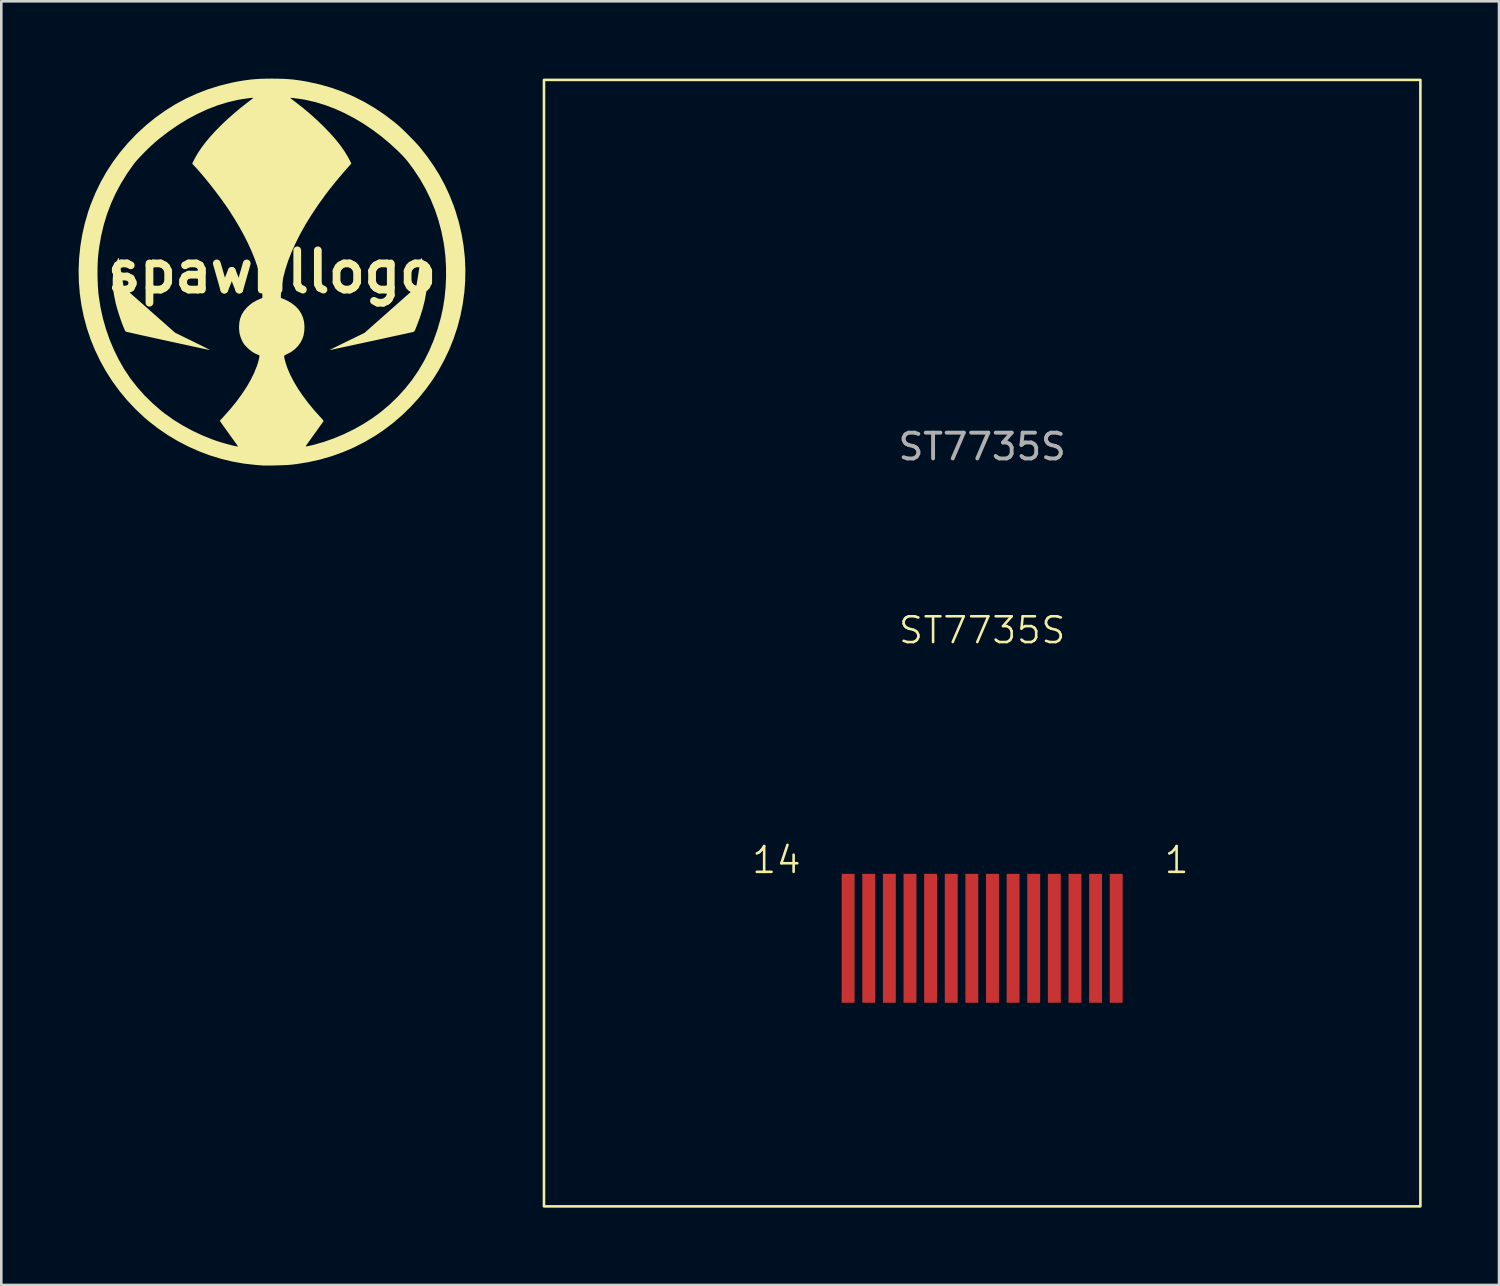
<source format=kicad_pcb>
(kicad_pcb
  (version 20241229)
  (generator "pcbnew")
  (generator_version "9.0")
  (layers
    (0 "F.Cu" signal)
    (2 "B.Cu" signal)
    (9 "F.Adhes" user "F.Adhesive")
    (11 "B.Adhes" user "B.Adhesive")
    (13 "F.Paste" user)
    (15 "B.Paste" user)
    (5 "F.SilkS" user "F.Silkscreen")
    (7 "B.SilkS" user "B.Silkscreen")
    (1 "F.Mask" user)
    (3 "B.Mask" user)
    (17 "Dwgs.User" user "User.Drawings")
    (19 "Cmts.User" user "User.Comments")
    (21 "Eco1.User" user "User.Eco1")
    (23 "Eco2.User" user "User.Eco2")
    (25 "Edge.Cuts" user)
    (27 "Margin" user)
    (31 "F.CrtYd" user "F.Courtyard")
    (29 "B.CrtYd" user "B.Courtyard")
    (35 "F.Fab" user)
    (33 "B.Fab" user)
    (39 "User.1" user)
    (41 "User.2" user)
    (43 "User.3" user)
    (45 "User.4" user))
  (footprint "ST7735S"
    (layer "F.Cu")
    (at 35.053 21.9)
    (property "Reference" "ST7735S" (at 0 -0.5 0) (unlocked yes) (layer "F.SilkS") (effects (font (size 1 1) (thickness 0.1))))
    (attr smd)
    (fp_rect (start -17 -21.85) (end 17 21.85) (stroke (width 0.1) (type default)) (fill no) (layer "F.SilkS"))
    (fp_text user "14" (at -9 9 0) (unlocked yes) (layer "F.SilkS") (effects (font (size 1 1) (thickness 0.1)) (justify left bottom)))
    (fp_text user "1" (at 7 9 0) (unlocked yes) (layer "F.SilkS") (effects (font (size 1 1) (thickness 0.1)) (justify left bottom)))
    (fp_text user "${REFERENCE}" (at 0 -7.62 0) (unlocked yes) (layer "F.Fab") (effects (font (size 1 1) (thickness 0.15))))
    (pad "1" smd rect (at 5.199 11.45 180) (size 0.5 5) (layers "F.Cu" "F.Mask" "F.Paste"))
    (pad "2" smd rect (at 4.399 11.45 180) (size 0.5 5) (layers "F.Cu" "F.Mask" "F.Paste"))
    (pad "3" smd rect (at 3.599 11.45 180) (size 0.5 5) (layers "F.Cu" "F.Mask" "F.Paste"))
    (pad "4" smd rect (at 2.799 11.45 180) (size 0.5 5) (layers "F.Cu" "F.Mask" "F.Paste"))
    (pad "5" smd rect (at 1.999 11.45 180) (size 0.5 5) (layers "F.Cu" "F.Mask" "F.Paste"))
    (pad "6" smd rect (at 1.199 11.45 180) (size 0.5 5) (layers "F.Cu" "F.Mask" "F.Paste"))
    (pad "7" smd rect (at 0.399 11.45 180) (size 0.5 5) (layers "F.Cu" "F.Mask" "F.Paste"))
    (pad "8" smd rect (at -0.401 11.45 180) (size 0.5 5) (layers "F.Cu" "F.Mask" "F.Paste"))
    (pad "9" smd rect (at -1.201 11.45 180) (size 0.5 5) (layers "F.Cu" "F.Mask" "F.Paste"))
    (pad "10" smd rect (at -2.001 11.45 180) (size 0.5 5) (layers "F.Cu" "F.Mask" "F.Paste"))
    (pad "11" smd rect (at -2.801 11.45 180) (size 0.5 5) (layers "F.Cu" "F.Mask" "F.Paste"))
    (pad "12" smd rect (at -3.601 11.45 180) (size 0.5 5) (layers "F.Cu" "F.Mask" "F.Paste"))
    (pad "13" smd rect (at -4.401 11.45 180) (size 0.5 5) (layers "F.Cu" "F.Mask" "F.Paste"))
    (pad "14" smd rect (at -5.201 11.45 180) (size 0.5 5) (layers "F.Cu" "F.Mask" "F.Paste")))
  (footprint "spawnllogo"
    (layer "F.Cu")
    (at 7.502 7.496)
    (property "Reference" "spawnllogo" (at 0 0 0) (layer "F.SilkS") (effects (font (size 1.524 1.524) (thickness 0.3))))
    (attr board_only exclude_from_pos_files exclude_from_bom)
    (fp_poly (pts (xy -5.936 -0.532) (xy -5.936 -0.53) (xy -5.934 -0.507) (xy -5.927 -0.46) (xy -5.917 -0.393) (xy -5.904 -0.31) (xy -5.889 -0.213) (xy -5.872 -0.108) (xy -5.854 0.002) (xy -5.836 0.113) (xy -5.818 0.221) (xy -5.801 0.323) (xy -5.785 0.415) (xy -5.771 0.493) (xy -5.76 0.552) (xy -5.753 0.59) (xy -5.75 0.602) (xy -5.737 0.613) (xy -5.704 0.642) (xy -5.653 0.688) (xy -5.584 0.749) (xy -5.499 0.824) (xy -5.401 0.911) (xy -5.289 1.01) (xy -5.167 1.118) (xy -5.036 1.234) (xy -4.896 1.357) (xy -4.751 1.486) (xy -4.749 1.488) (xy -3.759 2.362) (xy -3.305 2.584) (xy -3.121 2.674) (xy -2.962 2.752) (xy -2.827 2.819) (xy -2.713 2.875) (xy -2.621 2.921) (xy -2.547 2.958) (xy -2.492 2.987) (xy -2.453 3.008) (xy -2.428 3.022) (xy -2.417 3.03) (xy -2.418 3.032) (xy -2.435 3.029) (xy -2.479 3.02) (xy -2.548 3.005) (xy -2.64 2.986) (xy -2.753 2.962) (xy -2.885 2.933) (xy -3.035 2.901) (xy -3.201 2.865) (xy -3.381 2.826) (xy -3.572 2.785) (xy -3.774 2.741) (xy -3.985 2.695) (xy -4.045 2.682) (xy -4.258 2.635) (xy -4.462 2.59) (xy -4.657 2.548) (xy -4.84 2.507) (xy -5.01 2.47) (xy -5.165 2.435) (xy -5.302 2.404) (xy -5.421 2.378) (xy -5.519 2.355) (xy -5.594 2.338) (xy -5.645 2.326) (xy -5.67 2.319) (xy -5.672 2.319) (xy -5.69 2.297) (xy -5.715 2.25) (xy -5.745 2.183) (xy -5.78 2.097) (xy -5.818 1.998) (xy -5.858 1.888) (xy -5.898 1.771) (xy -5.938 1.651) (xy -5.976 1.53) (xy -6.011 1.413) (xy -6.041 1.303) (xy -6.06 1.23) (xy -6.117 0.969) (xy -6.156 0.729) (xy -6.177 0.506) (xy -6.18 0.298) (xy -6.165 0.103) (xy -6.131 -0.083) (xy -6.08 -0.263) (xy -6.009 -0.438) (xy -6.007 -0.443) (xy -5.979 -0.498) (xy -5.957 -0.532) (xy -5.942 -0.545)) (stroke (width 0) (type solid)) (fill yes) (layer "F.SilkS"))
    (fp_poly (pts (xy 5.792 -0.532) (xy 5.797 -0.528) (xy 5.797 -0.527) (xy 5.815 -0.503) (xy 5.838 -0.456) (xy 5.865 -0.393) (xy 5.894 -0.321) (xy 5.921 -0.243) (xy 5.944 -0.168) (xy 5.946 -0.161) (xy 5.98 -0.014) (xy 6.004 0.142) (xy 6.017 0.298) (xy 6.019 0.442) (xy 6.017 0.469) (xy 5.986 0.779) (xy 5.928 1.101) (xy 5.844 1.436) (xy 5.734 1.782) (xy 5.61 2.111) (xy 5.582 2.179) (xy 5.557 2.239) (xy 5.537 2.284) (xy 5.525 2.308) (xy 5.524 2.31) (xy 5.503 2.322) (xy 5.464 2.335) (xy 5.434 2.343) (xy 5.295 2.373) (xy 5.141 2.407) (xy 4.975 2.443) (xy 4.798 2.481) (xy 4.613 2.521) (xy 4.423 2.563) (xy 4.228 2.605) (xy 4.031 2.648) (xy 3.834 2.691) (xy 3.64 2.733) (xy 3.45 2.774) (xy 3.267 2.814) (xy 3.092 2.852) (xy 2.928 2.887) (xy 2.777 2.92) (xy 2.64 2.95) (xy 2.52 2.975) (xy 2.42 2.997) (xy 2.34 3.014) (xy 2.284 3.026) (xy 2.253 3.033) (xy 2.247 3.034) (xy 2.244 3.027) (xy 2.245 3.026) (xy 2.26 3.019) (xy 2.298 2.999) (xy 2.357 2.97) (xy 2.435 2.931) (xy 2.53 2.884) (xy 2.638 2.831) (xy 2.758 2.772) (xy 2.886 2.71) (xy 2.921 2.693) (xy 3.589 2.367) (xy 4.566 1.502) (xy 4.711 1.374) (xy 4.85 1.251) (xy 4.982 1.134) (xy 5.104 1.026) (xy 5.216 0.927) (xy 5.316 0.84) (xy 5.401 0.764) (xy 5.471 0.703) (xy 5.524 0.656) (xy 5.557 0.627) (xy 5.57 0.616) (xy 5.579 0.605) (xy 5.587 0.584) (xy 5.597 0.551) (xy 5.608 0.502) (xy 5.62 0.435) (xy 5.635 0.347) (xy 5.653 0.236) (xy 5.672 0.117) (xy 5.696 -0.039) (xy 5.717 -0.168) (xy 5.733 -0.273) (xy 5.747 -0.356) (xy 5.757 -0.42) (xy 5.766 -0.467) (xy 5.773 -0.499) (xy 5.778 -0.52) (xy 5.783 -0.53) (xy 5.787 -0.534)) (stroke (width 0) (type solid)) (fill yes) (layer "F.SilkS"))
    (fp_poly (pts (xy 0.227 -7.494) (xy 0.432 -7.488) (xy 0.622 -7.478) (xy 0.805 -7.462) (xy 0.989 -7.439) (xy 1.179 -7.41) (xy 1.384 -7.374) (xy 1.4 -7.371) (xy 1.857 -7.27) (xy 2.303 -7.142) (xy 2.739 -6.986) (xy 3.164 -6.803) (xy 3.579 -6.593) (xy 3.983 -6.356) (xy 4.377 -6.091) (xy 4.76 -5.798) (xy 4.844 -5.729) (xy 4.916 -5.667) (xy 5.004 -5.586) (xy 5.102 -5.493) (xy 5.208 -5.39) (xy 5.316 -5.282) (xy 5.423 -5.173) (xy 5.525 -5.067) (xy 5.616 -4.97) (xy 5.693 -4.884) (xy 5.741 -4.828) (xy 6.021 -4.471) (xy 6.273 -4.112) (xy 6.5 -3.746) (xy 6.702 -3.371) (xy 6.882 -2.984) (xy 7.042 -2.581) (xy 7.116 -2.367) (xy 7.25 -1.921) (xy 7.355 -1.47) (xy 7.432 -1.015) (xy 7.481 -0.559) (xy 7.502 -0.102) (xy 7.495 0.354) (xy 7.46 0.808) (xy 7.398 1.259) (xy 7.309 1.706) (xy 7.193 2.147) (xy 7.05 2.58) (xy 6.88 3.006) (xy 6.683 3.421) (xy 6.461 3.826) (xy 6.254 4.155) (xy 5.987 4.53) (xy 5.698 4.889) (xy 5.387 5.231) (xy 5.057 5.552) (xy 4.709 5.853) (xy 4.345 6.13) (xy 4.005 6.359) (xy 3.6 6.597) (xy 3.184 6.809) (xy 2.756 6.993) (xy 2.318 7.151) (xy 1.869 7.281) (xy 1.411 7.383) (xy 0.942 7.459) (xy 0.733 7.483) (xy 0.663 7.489) (xy 0.572 7.494) (xy 0.464 7.499) (xy 0.346 7.504) (xy 0.221 7.508) (xy 0.094 7.511) (xy -0.028 7.513) (xy -0.142 7.514) (xy -0.242 7.514) (xy -0.322 7.513) (xy -0.379 7.511) (xy -0.381 7.51) (xy -0.421 7.507) (xy -0.482 7.502) (xy -0.556 7.496) (xy -0.636 7.49) (xy -0.645 7.489) (xy -1.092 7.439) (xy -1.536 7.36) (xy -1.976 7.253) (xy -2.41 7.12) (xy -2.836 6.96) (xy -3.252 6.774) (xy -3.657 6.564) (xy -4.048 6.33) (xy -4.424 6.073) (xy -4.783 5.793) (xy -4.947 5.654) (xy -5.292 5.33) (xy -5.614 4.988) (xy -5.914 4.628) (xy -6.19 4.251) (xy -6.442 3.857) (xy -6.669 3.448) (xy -6.871 3.024) (xy -7.034 2.625) (xy -7.181 2.19) (xy -7.3 1.747) (xy -7.392 1.298) (xy -7.456 0.844) (xy -7.493 0.386) (xy -7.498 0.118) (xy -6.769 0.118) (xy -6.764 0.345) (xy -6.754 0.566) (xy -6.739 0.774) (xy -6.719 0.96) (xy -6.652 1.386) (xy -6.559 1.808) (xy -6.441 2.222) (xy -6.3 2.627) (xy -6.135 3.021) (xy -5.949 3.399) (xy -5.743 3.761) (xy -5.516 4.102) (xy -5.482 4.15) (xy -5.224 4.48) (xy -4.942 4.796) (xy -4.639 5.094) (xy -4.319 5.373) (xy -4.162 5.496) (xy -3.827 5.735) (xy -3.47 5.957) (xy -3.095 6.16) (xy -2.707 6.343) (xy -2.309 6.503) (xy -2.133 6.565) (xy -2.048 6.592) (xy -1.953 6.621) (xy -1.851 6.651) (xy -1.747 6.68) (xy -1.646 6.707) (xy -1.553 6.731) (xy -1.472 6.75) (xy -1.408 6.764) (xy -1.366 6.77) (xy -1.358 6.771) (xy -1.317 6.771) (xy -1.351 6.724) (xy -1.367 6.701) (xy -1.398 6.658) (xy -1.442 6.597) (xy -1.496 6.521) (xy -1.56 6.433) (xy -1.629 6.336) (xy -1.703 6.234) (xy -1.703 6.233) (xy -1.776 6.132) (xy -1.842 6.039) (xy -1.901 5.957) (xy -1.95 5.887) (xy -1.988 5.832) (xy -2.013 5.796) (xy -2.023 5.781) (xy -2.023 5.781) (xy -2.013 5.768) (xy -1.987 5.737) (xy -1.948 5.693) (xy -1.9 5.64) (xy -1.877 5.616) (xy -1.619 5.326) (xy -1.383 5.037) (xy -1.173 4.751) (xy -0.987 4.469) (xy -0.827 4.192) (xy -0.693 3.92) (xy -0.587 3.656) (xy -0.581 3.638) (xy -0.557 3.564) (xy -0.534 3.487) (xy -0.515 3.412) (xy -0.5 3.345) (xy -0.49 3.29) (xy -0.487 3.254) (xy -0.489 3.243) (xy -0.506 3.234) (xy -0.542 3.217) (xy -0.579 3.202) (xy -0.683 3.153) (xy -0.778 3.095) (xy -0.872 3.022) (xy -0.962 2.939) (xy -1.022 2.877) (xy -1.067 2.827) (xy -1.102 2.779) (xy -1.133 2.726) (xy -1.162 2.668) (xy -1.215 2.543) (xy -1.251 2.425) (xy -1.271 2.303) (xy -1.278 2.165) (xy -1.278 2.14) (xy -1.267 1.964) (xy -1.234 1.806) (xy -1.177 1.661) (xy -1.094 1.525) (xy -0.985 1.395) (xy -0.96 1.37) (xy -0.847 1.268) (xy -0.732 1.185) (xy -0.604 1.113) (xy -0.494 1.063) (xy -0.374 1.013) (xy -0.374 0.976) (xy 0.343 0.976) (xy 0.345 1.006) (xy 0.347 1.011) (xy 0.368 1.022) (xy 0.405 1.036) (xy 0.418 1.041) (xy 0.457 1.056) (xy 0.513 1.08) (xy 0.575 1.11) (xy 0.601 1.123) (xy 0.771 1.224) (xy 0.917 1.34) (xy 1.038 1.47) (xy 1.132 1.614) (xy 1.201 1.771) (xy 1.244 1.941) (xy 1.26 2.122) (xy 1.26 2.141) (xy 1.251 2.311) (xy 1.224 2.464) (xy 1.18 2.597) (xy 1.104 2.745) (xy 1.004 2.882) (xy 0.882 3.004) (xy 0.742 3.108) (xy 0.587 3.19) (xy 0.572 3.197) (xy 0.515 3.224) (xy 0.483 3.247) (xy 0.472 3.268) (xy 0.473 3.302) (xy 0.484 3.359) (xy 0.501 3.431) (xy 0.525 3.515) (xy 0.553 3.605) (xy 0.583 3.694) (xy 0.609 3.765) (xy 0.716 4.011) (xy 0.849 4.265) (xy 1.005 4.527) (xy 1.184 4.792) (xy 1.383 5.06) (xy 1.601 5.327) (xy 1.837 5.592) (xy 1.888 5.646) (xy 1.943 5.707) (xy 1.98 5.754) (xy 1.998 5.784) (xy 1.999 5.793) (xy 1.988 5.809) (xy 1.962 5.846) (xy 1.923 5.901) (xy 1.872 5.971) (xy 1.812 6.055) (xy 1.745 6.149) (xy 1.672 6.251) (xy 1.656 6.273) (xy 1.582 6.376) (xy 1.513 6.472) (xy 1.452 6.558) (xy 1.399 6.632) (xy 1.357 6.691) (xy 1.328 6.731) (xy 1.314 6.752) (xy 1.314 6.753) (xy 1.311 6.764) (xy 1.323 6.77) (xy 1.351 6.769) (xy 1.397 6.761) (xy 1.466 6.746) (xy 1.558 6.724) (xy 1.628 6.707) (xy 2.022 6.594) (xy 2.414 6.455) (xy 2.801 6.292) (xy 3.178 6.108) (xy 3.542 5.904) (xy 3.888 5.682) (xy 4.213 5.444) (xy 4.236 5.425) (xy 4.572 5.141) (xy 4.885 4.838) (xy 5.174 4.518) (xy 5.441 4.181) (xy 5.683 3.826) (xy 5.903 3.453) (xy 6.099 3.062) (xy 6.272 2.653) (xy 6.422 2.227) (xy 6.549 1.782) (xy 6.557 1.751) (xy 6.635 1.39) (xy 6.694 1.012) (xy 6.733 0.622) (xy 6.752 0.226) (xy 6.751 -0.17) (xy 6.73 -0.563) (xy 6.688 -0.945) (xy 6.661 -1.125) (xy 6.572 -1.569) (xy 6.458 -1.999) (xy 6.318 -2.417) (xy 6.152 -2.822) (xy 5.959 -3.217) (xy 5.739 -3.602) (xy 5.491 -3.978) (xy 5.258 -4.291) (xy 5.21 -4.348) (xy 5.147 -4.42) (xy 5.073 -4.5) (xy 4.994 -4.582) (xy 4.915 -4.661) (xy 4.904 -4.672) (xy 4.579 -4.973) (xy 4.242 -5.254) (xy 3.896 -5.514) (xy 3.541 -5.752) (xy 3.179 -5.967) (xy 2.813 -6.159) (xy 2.444 -6.325) (xy 2.073 -6.466) (xy 1.703 -6.58) (xy 1.336 -6.666) (xy 1.246 -6.683) (xy 1.175 -6.694) (xy 1.096 -6.706) (xy 1.012 -6.718) (xy 0.929 -6.729) (xy 0.852 -6.739) (xy 0.787 -6.746) (xy 0.738 -6.75) (xy 0.71 -6.751) (xy 0.706 -6.75) (xy 0.716 -6.74) (xy 0.745 -6.715) (xy 0.791 -6.679) (xy 0.849 -6.634) (xy 0.908 -6.589) (xy 1.193 -6.367) (xy 1.463 -6.141) (xy 1.727 -5.905) (xy 1.983 -5.659) (xy 2.229 -5.406) (xy 2.449 -5.159) (xy 2.642 -4.919) (xy 2.808 -4.684) (xy 2.946 -4.457) (xy 3 -4.357) (xy 3.078 -4.203) (xy 3.004 -4.12) (xy 2.737 -3.815) (xy 2.485 -3.515) (xy 2.251 -3.225) (xy 2.072 -2.99) (xy 1.794 -2.604) (xy 1.538 -2.222) (xy 1.306 -1.846) (xy 1.098 -1.476) (xy 0.915 -1.114) (xy 0.756 -0.76) (xy 0.622 -0.415) (xy 0.514 -0.08) (xy 0.432 0.244) (xy 0.396 0.43) (xy 0.384 0.508) (xy 0.373 0.595) (xy 0.362 0.685) (xy 0.354 0.773) (xy 0.347 0.854) (xy 0.344 0.923) (xy 0.343 0.976) (xy -0.374 0.976) (xy -0.376 0.825) (xy -0.39 0.595) (xy -0.426 0.348) (xy -0.484 0.086) (xy -0.562 -0.189) (xy -0.662 -0.477) (xy -0.781 -0.775) (xy -0.92 -1.082) (xy -1.077 -1.397) (xy -1.252 -1.717) (xy -1.444 -2.042) (xy -1.653 -2.37) (xy -1.689 -2.423) (xy -1.806 -2.595) (xy -1.935 -2.776) (xy -2.073 -2.964) (xy -2.217 -3.154) (xy -2.363 -3.342) (xy -2.509 -3.524) (xy -2.651 -3.697) (xy -2.786 -3.855) (xy -2.911 -3.997) (xy -2.999 -4.091) (xy -3.04 -4.135) (xy -3.072 -4.171) (xy -3.09 -4.193) (xy -3.093 -4.198) (xy -3.086 -4.218) (xy -3.067 -4.258) (xy -3.04 -4.313) (xy -3.006 -4.378) (xy -2.969 -4.446) (xy -2.931 -4.514) (xy -2.896 -4.575) (xy -2.877 -4.606) (xy -2.739 -4.812) (xy -2.577 -5.027) (xy -2.391 -5.249) (xy -2.184 -5.475) (xy -1.957 -5.705) (xy -1.714 -5.935) (xy -1.455 -6.163) (xy -1.183 -6.389) (xy -0.92 -6.594) (xy -0.854 -6.644) (xy -0.798 -6.688) (xy -0.755 -6.722) (xy -0.729 -6.744) (xy -0.723 -6.751) (xy -0.74 -6.753) (xy -0.782 -6.75) (xy -0.842 -6.744) (xy -0.917 -6.735) (xy -1.002 -6.723) (xy -1.091 -6.71) (xy -1.181 -6.696) (xy -1.265 -6.682) (xy -1.34 -6.668) (xy -1.341 -6.668) (xy -1.731 -6.576) (xy -2.121 -6.455) (xy -2.509 -6.305) (xy -2.895 -6.127) (xy -3.278 -5.922) (xy -3.657 -5.689) (xy -4.031 -5.429) (xy -4.401 -5.143) (xy -4.47 -5.085) (xy -4.571 -4.998) (xy -4.681 -4.898) (xy -4.795 -4.79) (xy -4.91 -4.677) (xy -5.022 -4.563) (xy -5.128 -4.453) (xy -5.222 -4.35) (xy -5.302 -4.258) (xy -5.36 -4.184) (xy -5.624 -3.81) (xy -5.859 -3.43) (xy -6.066 -3.043) (xy -6.246 -2.648) (xy -6.399 -2.243) (xy -6.526 -1.826) (xy -6.628 -1.396) (xy -6.705 -0.952) (xy -6.736 -0.707) (xy -6.752 -0.527) (xy -6.763 -0.324) (xy -6.769 -0.107) (xy -6.769 0.118) (xy -7.498 0.118) (xy -7.502 -0.072) (xy -7.483 -0.531) (xy -7.436 -0.988) (xy -7.362 -1.442) (xy -7.26 -1.891) (xy -7.131 -2.333) (xy -7.032 -2.616) (xy -6.854 -3.051) (xy -6.652 -3.47) (xy -6.425 -3.874) (xy -6.172 -4.263) (xy -5.895 -4.636) (xy -5.592 -4.995) (xy -5.265 -5.338) (xy -5.231 -5.372) (xy -4.883 -5.691) (xy -4.519 -5.986) (xy -4.14 -6.256) (xy -3.747 -6.501) (xy -3.341 -6.72) (xy -2.921 -6.913) (xy -2.489 -7.079) (xy -2.045 -7.219) (xy -1.591 -7.332) (xy -1.4 -7.371) (xy -1.194 -7.408) (xy -1.003 -7.437) (xy -0.819 -7.46) (xy -0.636 -7.477) (xy -0.446 -7.488) (xy -0.242 -7.494) (xy -0.016 -7.496) (xy 0 -7.496)) (stroke (width 0) (type solid)) (fill yes) (layer "F.SilkS")))
  (gr_rect
    (start -3 -3)
    (end 55.103 46.8)
    (stroke (width 0.1) (type default))
    (fill no)
    (layer "Edge.Cuts")))
</source>
